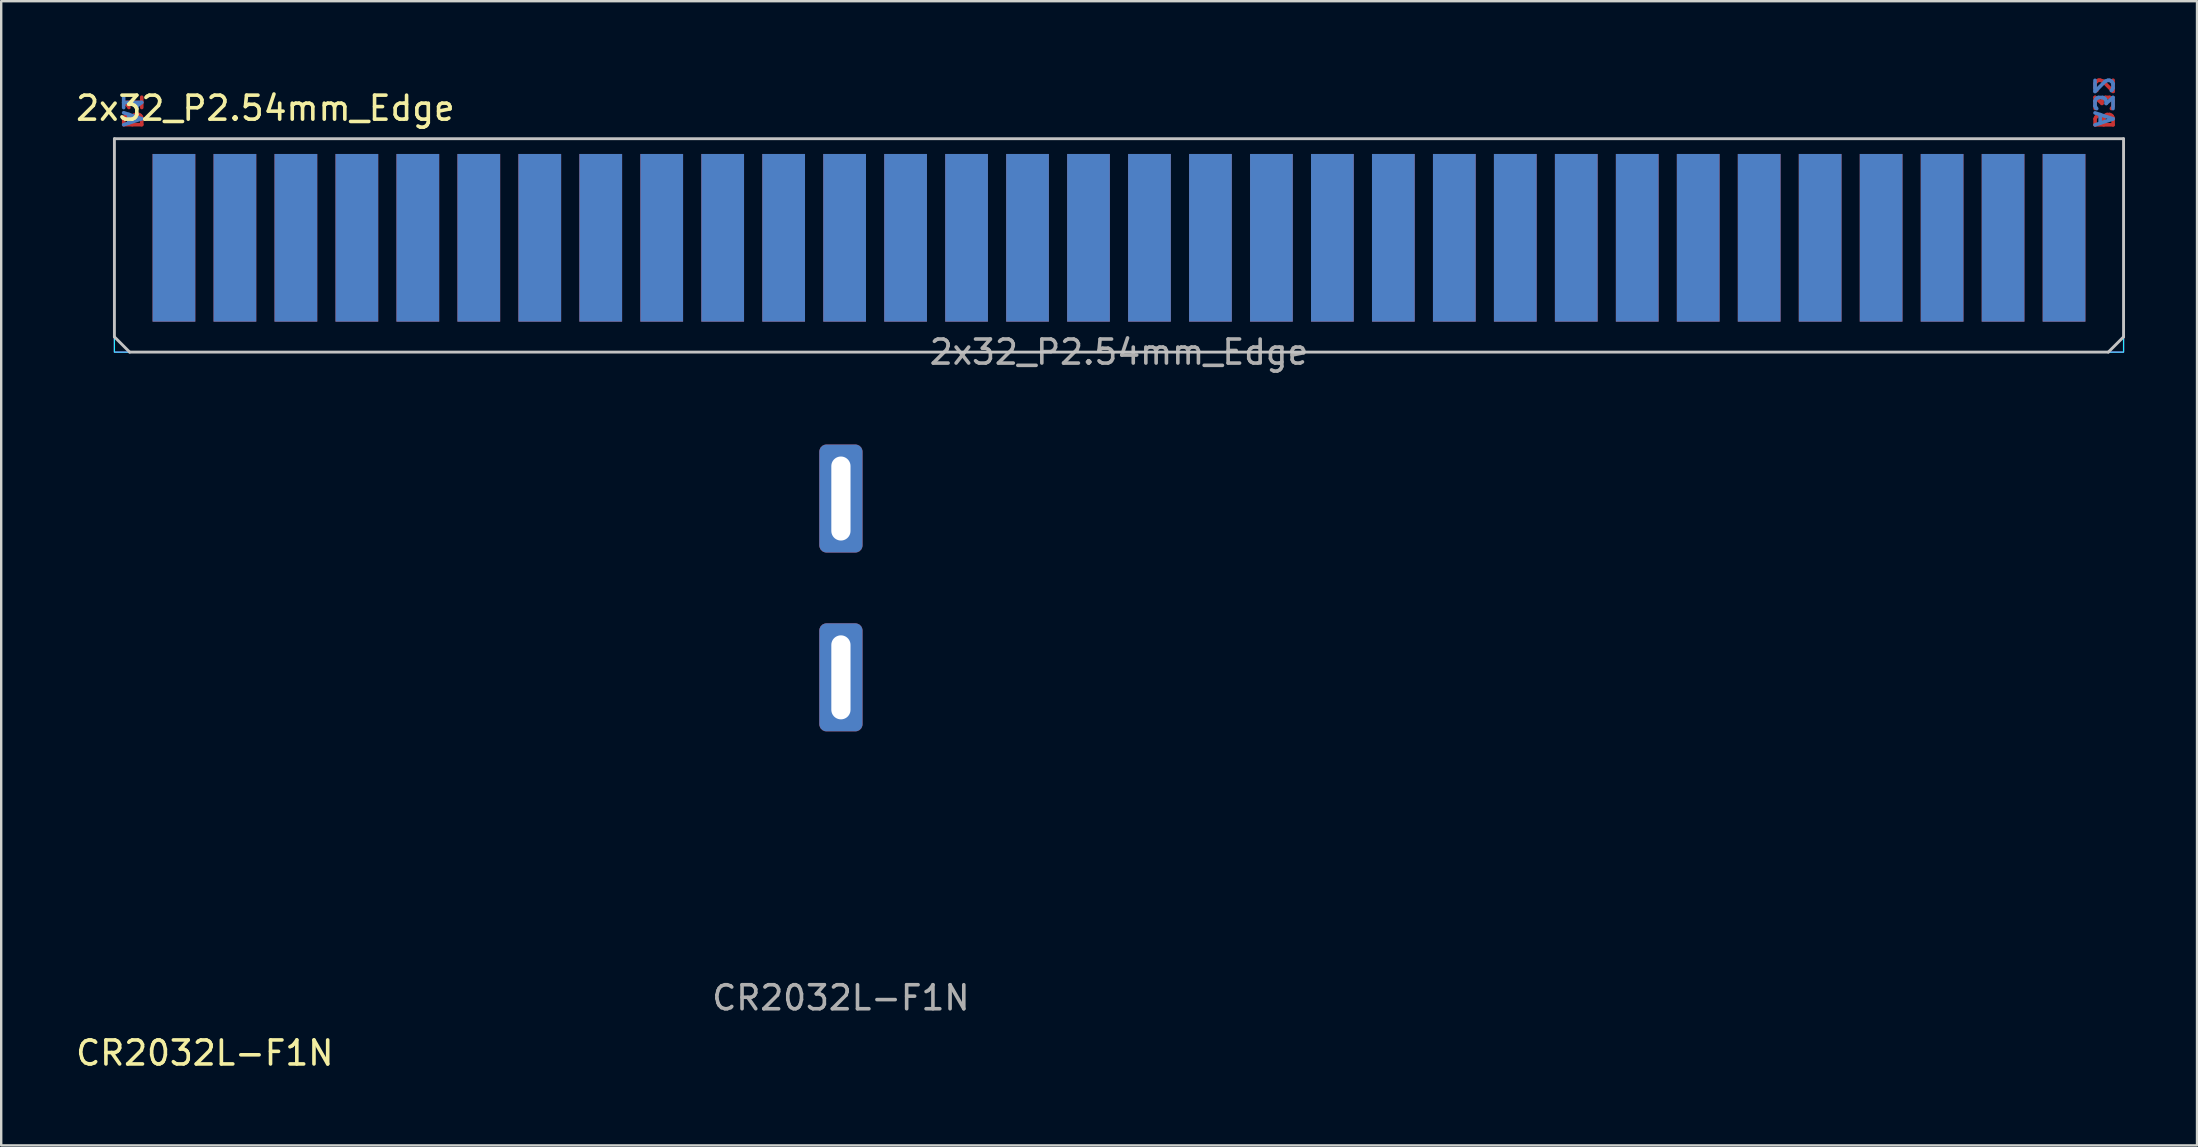
<source format=kicad_pcb>
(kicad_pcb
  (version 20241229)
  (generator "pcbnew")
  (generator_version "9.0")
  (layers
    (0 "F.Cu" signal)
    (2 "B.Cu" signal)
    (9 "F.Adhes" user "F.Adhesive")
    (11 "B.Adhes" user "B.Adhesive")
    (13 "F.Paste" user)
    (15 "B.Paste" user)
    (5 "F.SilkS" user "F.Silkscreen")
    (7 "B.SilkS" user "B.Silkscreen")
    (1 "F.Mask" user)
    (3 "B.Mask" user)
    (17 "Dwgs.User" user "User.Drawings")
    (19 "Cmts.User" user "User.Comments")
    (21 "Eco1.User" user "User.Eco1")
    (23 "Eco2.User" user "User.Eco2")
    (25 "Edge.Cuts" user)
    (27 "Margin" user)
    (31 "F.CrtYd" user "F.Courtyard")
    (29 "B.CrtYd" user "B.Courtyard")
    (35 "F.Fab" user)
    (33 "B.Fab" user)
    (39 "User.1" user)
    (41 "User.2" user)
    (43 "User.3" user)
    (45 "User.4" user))
  (footprint "CR2032L-F1N"
    (layer "F.Cu")
    (at 31.982 17.718)
    (property "Reference" "CR2032L-F1N" (at -26.5 23.1 0) (unlocked yes) (layer "F.SilkS") (effects (font (size 1 1) (thickness 0.15))))
    (attr through_hole)
    (fp_text user "${REFERENCE}" (at 0 20.8 0) (unlocked yes) (layer "F.Fab") (effects (font (size 1 1) (thickness 0.15))))
    (pad "1" thru_hole roundrect (at 0 0) (size 1.8 4.5) (drill oval 0.8 3.5) (layers "*.Cu" "*.Mask") (roundrect_rratio 0.164))
    (pad "2" thru_hole roundrect (at 0 7.45) (size 1.8 4.5) (drill oval 0.8 3.5) (layers "*.Cu" "*.Mask") (roundrect_rratio 0.164)))
  (footprint "2x32_P2.54mm_Edge"
    (layer "F.Cu")
    (at 43.566 6.539)
    (property "Reference" "2x32_P2.54mm_Edge" (at -35.56 -5.08 0) (unlocked yes) (layer "F.SilkS") (effects (font (size 1 1) (thickness 0.15))))
    (attr exclude_from_pos_files exclude_from_bom allow_soldermask_bridges)
    (fp_rect (start -41.85 -3.075) (end 41.85 5.08) (stroke (width 0.12) (type solid)) (fill yes) (layer "F.Mask"))
    (fp_rect (start -41.85 -3.075) (end 41.85 5.08) (stroke (width 0.12) (type solid)) (fill yes) (layer "B.Mask"))
    (fp_line (start -41.85 -3.81) (end 41.85 -3.81) (stroke (width 0.12) (type solid)) (layer "Dwgs.User"))
    (fp_line (start -41.85 4.445) (end -41.85 -3.81) (stroke (width 0.12) (type solid)) (layer "Dwgs.User"))
    (fp_line (start -41.85 4.445) (end -41.215 5.08) (stroke (width 0.12) (type solid)) (layer "Dwgs.User"))
    (fp_line (start 41.215 5.08) (end -41.215 5.08) (stroke (width 0.12) (type solid)) (layer "Dwgs.User"))
    (fp_line (start 41.215 5.08) (end 41.85 4.445) (stroke (width 0.12) (type solid)) (layer "Dwgs.User"))
    (fp_line (start 41.85 -3.81) (end 41.85 4.445) (stroke (width 0.12) (type solid)) (layer "Dwgs.User"))
    (fp_rect (start -41.85 -3.81) (end 41.85 5.08) (stroke (width 0.05) (type solid)) (fill no) (layer "B.CrtYd"))
    (fp_rect (start -41.85 -3.81) (end 41.85 5.08) (stroke (width 0.05) (type solid)) (fill no) (layer "F.CrtYd"))
    (fp_text user "B1" (at -41.05 -4.95 90) (unlocked yes) (layer "F.Cu") (effects (font (size 0.75 0.75) (thickness 0.15))))
    (fp_text user "B32" (at 41.075 -5.3 90) (unlocked yes) (layer "F.Cu") (effects (font (size 0.75 0.75) (thickness 0.15))))
    (fp_text user "A1" (at -41.125 -5 270) (unlocked yes) (layer "B.Cu") (effects (font (size 0.75 0.75) (thickness 0.15)) (justify mirror)))
    (fp_text user "A32" (at 41 -5.35 270) (unlocked yes) (layer "B.Cu") (effects (font (size 0.75 0.75) (thickness 0.15)) (justify mirror)))
    (fp_text user "${REFERENCE}" (at 0 5.08 0) (unlocked yes) (layer "F.Fab") (effects (font (size 1 1) (thickness 0.15))))
    (pad "A1" smd rect (at -39.37 0.318) (size 1.78 6.985) (layers "B.Cu" "B.Mask" "B.Paste"))
    (pad "A2" smd rect (at -36.83 0.318) (size 1.78 6.985) (layers "B.Cu" "B.Mask" "B.Paste"))
    (pad "A3" smd rect (at -34.29 0.318) (size 1.78 6.985) (layers "B.Cu" "B.Mask" "B.Paste"))
    (pad "A4" smd rect (at -31.75 0.318) (size 1.78 6.985) (layers "B.Cu" "B.Mask" "B.Paste"))
    (pad "A5" smd rect (at -29.21 0.318) (size 1.78 6.985) (layers "B.Cu" "B.Mask" "B.Paste"))
    (pad "A6" smd rect (at -26.67 0.318) (size 1.78 6.985) (layers "B.Cu" "B.Mask" "B.Paste"))
    (pad "A7" smd rect (at -24.13 0.318) (size 1.78 6.985) (layers "B.Cu" "B.Mask" "B.Paste"))
    (pad "A8" smd rect (at -21.59 0.318) (size 1.78 6.985) (layers "B.Cu" "B.Mask" "B.Paste"))
    (pad "A9" smd rect (at -19.05 0.318) (size 1.78 6.985) (layers "B.Cu" "B.Mask" "B.Paste"))
    (pad "A10" smd rect (at -16.51 0.318) (size 1.78 6.985) (layers "B.Cu" "B.Mask" "B.Paste"))
    (pad "A11" smd rect (at -13.97 0.318) (size 1.78 6.985) (layers "B.Cu" "B.Mask" "B.Paste"))
    (pad "A12" smd rect (at -11.43 0.318) (size 1.78 6.985) (layers "B.Cu" "B.Mask" "B.Paste"))
    (pad "A13" smd rect (at -8.89 0.318) (size 1.78 6.985) (layers "B.Cu" "B.Mask" "B.Paste"))
    (pad "A14" smd rect (at -6.35 0.318) (size 1.78 6.985) (layers "B.Cu" "B.Mask" "B.Paste"))
    (pad "A15" smd rect (at -3.81 0.318) (size 1.78 6.985) (layers "B.Cu" "B.Mask" "B.Paste"))
    (pad "A16" smd rect (at -1.27 0.318) (size 1.78 6.985) (layers "B.Cu" "B.Mask" "B.Paste"))
    (pad "A17" smd rect (at 1.27 0.318) (size 1.78 6.985) (layers "B.Cu" "B.Mask" "B.Paste"))
    (pad "A18" smd rect (at 3.81 0.318) (size 1.78 6.985) (layers "B.Cu" "B.Mask" "B.Paste"))
    (pad "A19" smd rect (at 6.35 0.318) (size 1.78 6.985) (layers "B.Cu" "B.Mask" "B.Paste"))
    (pad "A20" smd rect (at 8.89 0.318) (size 1.78 6.985) (layers "B.Cu" "B.Mask" "B.Paste"))
    (pad "A21" smd rect (at 11.43 0.318) (size 1.78 6.985) (layers "B.Cu" "B.Mask" "B.Paste"))
    (pad "A22" smd rect (at 13.97 0.318) (size 1.78 6.985) (layers "B.Cu" "B.Mask" "B.Paste"))
    (pad "A23" smd rect (at 16.51 0.318) (size 1.78 6.985) (layers "B.Cu" "B.Mask" "B.Paste"))
    (pad "A24" smd rect (at 19.05 0.318) (size 1.78 6.985) (layers "B.Cu" "B.Mask" "B.Paste"))
    (pad "A25" smd rect (at 21.59 0.318) (size 1.78 6.985) (layers "B.Cu" "B.Mask" "B.Paste"))
    (pad "A26" smd rect (at 24.13 0.318) (size 1.78 6.985) (layers "B.Cu" "B.Mask" "B.Paste"))
    (pad "A27" smd rect (at 26.67 0.318) (size 1.78 6.985) (layers "B.Cu" "B.Mask" "B.Paste"))
    (pad "A28" smd rect (at 29.21 0.318) (size 1.78 6.985) (layers "B.Cu" "B.Mask" "B.Paste"))
    (pad "A29" smd rect (at 31.75 0.318) (size 1.78 6.985) (layers "B.Cu" "B.Mask" "B.Paste"))
    (pad "A30" smd rect (at 34.29 0.318) (size 1.78 6.985) (layers "B.Cu" "B.Mask" "B.Paste"))
    (pad "A31" smd rect (at 36.83 0.318) (size 1.78 6.985) (layers "B.Cu" "B.Mask" "B.Paste"))
    (pad "A32" smd rect (at 39.37 0.318) (size 1.78 6.985) (layers "B.Cu" "B.Mask" "B.Paste"))
    (pad "B1" smd rect (at -39.37 0.318) (size 1.78 6.985) (layers "F.Cu" "F.Mask" "F.Paste"))
    (pad "B2" smd rect (at -36.83 0.318) (size 1.78 6.985) (layers "F.Cu" "F.Mask" "F.Paste"))
    (pad "B3" smd rect (at -34.29 0.318) (size 1.78 6.985) (layers "F.Cu" "F.Mask" "F.Paste"))
    (pad "B4" smd rect (at -31.75 0.318) (size 1.78 6.985) (layers "F.Cu" "F.Mask" "F.Paste"))
    (pad "B5" smd rect (at -29.21 0.318) (size 1.78 6.985) (layers "F.Cu" "F.Mask" "F.Paste"))
    (pad "B6" smd rect (at -26.67 0.318) (size 1.78 6.985) (layers "F.Cu" "F.Mask" "F.Paste"))
    (pad "B7" smd rect (at -24.13 0.318) (size 1.78 6.985) (layers "F.Cu" "F.Mask" "F.Paste"))
    (pad "B8" smd rect (at -21.59 0.318) (size 1.78 6.985) (layers "F.Cu" "F.Mask" "F.Paste"))
    (pad "B9" smd rect (at -19.05 0.318) (size 1.78 6.985) (layers "F.Cu" "F.Mask" "F.Paste"))
    (pad "B10" smd rect (at -16.51 0.318) (size 1.78 6.985) (layers "F.Cu" "F.Mask" "F.Paste"))
    (pad "B11" smd rect (at -13.97 0.318) (size 1.78 6.985) (layers "F.Cu" "F.Mask" "F.Paste"))
    (pad "B12" smd rect (at -11.43 0.318) (size 1.78 6.985) (layers "F.Cu" "F.Mask" "F.Paste"))
    (pad "B13" smd rect (at -8.89 0.318) (size 1.78 6.985) (layers "F.Cu" "F.Mask" "F.Paste"))
    (pad "B14" smd rect (at -6.35 0.318) (size 1.78 6.985) (layers "F.Cu" "F.Mask" "F.Paste"))
    (pad "B15" smd rect (at -3.81 0.318) (size 1.78 6.985) (layers "F.Cu" "F.Mask" "F.Paste"))
    (pad "B16" smd rect (at -1.27 0.318) (size 1.78 6.985) (layers "F.Cu" "F.Mask" "F.Paste"))
    (pad "B17" smd rect (at 1.27 0.318) (size 1.78 6.985) (layers "F.Cu" "F.Mask" "F.Paste"))
    (pad "B18" smd rect (at 3.81 0.318) (size 1.78 6.985) (layers "F.Cu" "F.Mask" "F.Paste"))
    (pad "B19" smd rect (at 6.35 0.318) (size 1.78 6.985) (layers "F.Cu" "F.Mask" "F.Paste"))
    (pad "B20" smd rect (at 8.89 0.318) (size 1.78 6.985) (layers "F.Cu" "F.Mask" "F.Paste"))
    (pad "B21" smd rect (at 11.43 0.318) (size 1.78 6.985) (layers "F.Cu" "F.Mask" "F.Paste"))
    (pad "B22" smd rect (at 13.97 0.318) (size 1.78 6.985) (layers "F.Cu" "F.Mask" "F.Paste"))
    (pad "B23" smd rect (at 16.51 0.318) (size 1.78 6.985) (layers "F.Cu" "F.Mask" "F.Paste"))
    (pad "B24" smd rect (at 19.05 0.318) (size 1.78 6.985) (layers "F.Cu" "F.Mask" "F.Paste"))
    (pad "B25" smd rect (at 21.59 0.318) (size 1.78 6.985) (layers "F.Cu" "F.Mask" "F.Paste"))
    (pad "B26" smd rect (at 24.13 0.318) (size 1.78 6.985) (layers "F.Cu" "F.Mask" "F.Paste"))
    (pad "B27" smd rect (at 26.67 0.318) (size 1.78 6.985) (layers "F.Cu" "F.Mask" "F.Paste"))
    (pad "B28" smd rect (at 29.21 0.318) (size 1.78 6.985) (layers "F.Cu" "F.Mask" "F.Paste"))
    (pad "B29" smd rect (at 31.75 0.318) (size 1.78 6.985) (layers "F.Cu" "F.Mask" "F.Paste"))
    (pad "B30" smd rect (at 34.29 0.318) (size 1.78 6.985) (layers "F.Cu" "F.Mask" "F.Paste"))
    (pad "B31" smd rect (at 36.83 0.318) (size 1.78 6.985) (layers "F.Cu" "F.Mask" "F.Paste"))
    (pad "B32" smd rect (at 39.37 0.318) (size 1.78 6.985) (layers "F.Cu" "F.Mask" "F.Paste")))
  (gr_rect
    (start -3 -3)
    (end 88.476 44.666)
    (stroke (width 0.1) (type default))
    (fill no)
    (layer "Edge.Cuts")))
</source>
